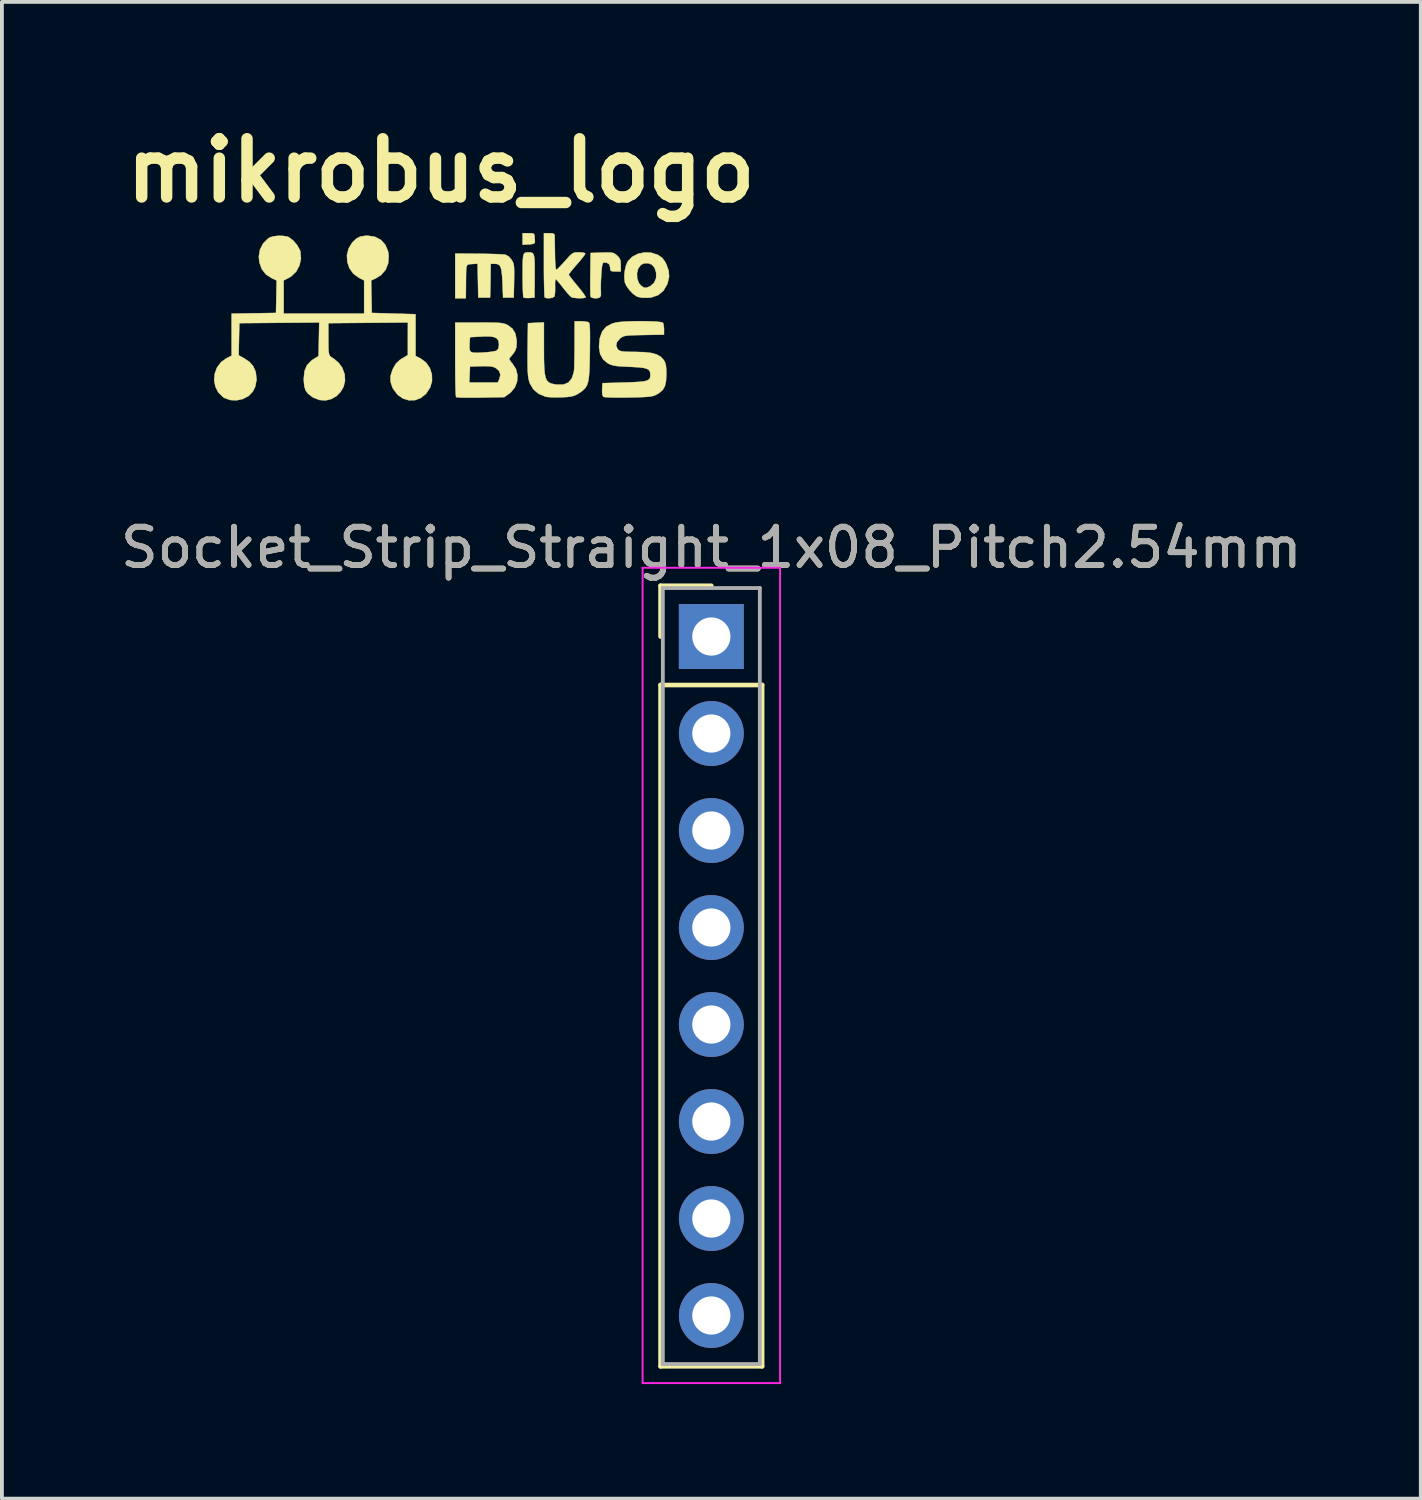
<source format=kicad_pcb>
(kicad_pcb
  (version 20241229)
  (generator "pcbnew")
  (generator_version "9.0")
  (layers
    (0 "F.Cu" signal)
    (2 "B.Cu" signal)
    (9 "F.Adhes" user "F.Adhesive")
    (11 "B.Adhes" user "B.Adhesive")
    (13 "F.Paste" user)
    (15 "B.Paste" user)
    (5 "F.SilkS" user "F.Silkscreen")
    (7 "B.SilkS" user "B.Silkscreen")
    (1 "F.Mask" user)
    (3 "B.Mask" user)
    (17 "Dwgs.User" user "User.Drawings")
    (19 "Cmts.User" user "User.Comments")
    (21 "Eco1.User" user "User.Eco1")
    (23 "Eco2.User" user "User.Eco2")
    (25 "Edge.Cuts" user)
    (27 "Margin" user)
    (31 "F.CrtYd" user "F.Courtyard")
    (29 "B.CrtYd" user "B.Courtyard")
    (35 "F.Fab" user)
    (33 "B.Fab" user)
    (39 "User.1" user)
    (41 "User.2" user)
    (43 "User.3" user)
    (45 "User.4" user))
  (footprint "Socket_Strip_Straight_1x08_Pitch2.54mm"
    (layer "F.Cu")
    (at 15.577 13.618)
    (property "Reference" "Socket_Strip_Straight_1x08_Pitch2.54mm" (at 0 -2.33 0) (layer "F.SilkS") (effects (font (size 1 1) (thickness 0.15))))
    (attr through_hole)
    (fp_line (start -1.33 -1.33) (end 0 -1.33) (stroke (width 0.12) (type solid)) (layer "F.SilkS"))
    (fp_line (start -1.33 0) (end -1.33 -1.33) (stroke (width 0.12) (type solid)) (layer "F.SilkS"))
    (fp_line (start -1.33 1.27) (end -1.33 19.11) (stroke (width 0.12) (type solid)) (layer "F.SilkS"))
    (fp_line (start -1.33 19.11) (end 1.33 19.11) (stroke (width 0.12) (type solid)) (layer "F.SilkS"))
    (fp_line (start 1.33 1.27) (end -1.33 1.27) (stroke (width 0.12) (type solid)) (layer "F.SilkS"))
    (fp_line (start 1.33 19.11) (end 1.33 1.27) (stroke (width 0.12) (type solid)) (layer "F.SilkS"))
    (fp_line (start -1.8 -1.8) (end -1.8 19.55) (stroke (width 0.05) (type solid)) (layer "F.CrtYd"))
    (fp_line (start -1.8 19.55) (end 1.8 19.55) (stroke (width 0.05) (type solid)) (layer "F.CrtYd"))
    (fp_line (start 1.8 -1.8) (end -1.8 -1.8) (stroke (width 0.05) (type solid)) (layer "F.CrtYd"))
    (fp_line (start 1.8 19.55) (end 1.8 -1.8) (stroke (width 0.05) (type solid)) (layer "F.CrtYd"))
    (fp_line (start -1.27 -1.27) (end -1.27 19.05) (stroke (width 0.1) (type solid)) (layer "F.Fab"))
    (fp_line (start -1.27 19.05) (end 1.27 19.05) (stroke (width 0.1) (type solid)) (layer "F.Fab"))
    (fp_line (start 1.27 -1.27) (end -1.27 -1.27) (stroke (width 0.1) (type solid)) (layer "F.Fab"))
    (fp_line (start 1.27 19.05) (end 1.27 -1.27) (stroke (width 0.1) (type solid)) (layer "F.Fab"))
    (fp_text user "${REFERENCE}" (at 0 -2.33 0) (layer "F.Fab") (effects (font (size 1 1) (thickness 0.15))))
    (pad "1" thru_hole rect (at 0 0) (size 1.7 1.7) (drill 1) (layers "*.Cu" "*.Mask"))
    (pad "2" thru_hole oval (at 0 2.54) (size 1.7 1.7) (drill 1) (layers "*.Cu" "*.Mask"))
    (pad "3" thru_hole oval (at 0 5.08) (size 1.7 1.7) (drill 1) (layers "*.Cu" "*.Mask"))
    (pad "4" thru_hole oval (at 0 7.62) (size 1.7 1.7) (drill 1) (layers "*.Cu" "*.Mask"))
    (pad "5" thru_hole oval (at 0 10.16) (size 1.7 1.7) (drill 1) (layers "*.Cu" "*.Mask"))
    (pad "6" thru_hole oval (at 0 12.7) (size 1.7 1.7) (drill 1) (layers "*.Cu" "*.Mask"))
    (pad "7" thru_hole oval (at 0 15.24) (size 1.7 1.7) (drill 1) (layers "*.Cu" "*.Mask"))
    (pad "8" thru_hole oval (at 0 17.78) (size 1.7 1.7) (drill 1) (layers "*.Cu" "*.Mask")))
  (footprint "mikrobus_logo"
    (layer "F.Cu")
    (at 8.498 5.228)
    (property "Reference" "mikrobus_logo" (at 0 -3.81 0) (layer "F.SilkS") (effects (font (size 1.524 1.524) (thickness 0.3))))
    (attr through_hole)
    (fp_poly (pts (xy 2.384 -2.17) (xy 2.431 -2.155) (xy 2.448 -2.121) (xy 2.451 -2.089) (xy 2.456 -1.999) (xy 2.459 -1.947) (xy 2.45 -1.911) (xy 2.408 -1.891) (xy 2.319 -1.879) (xy 2.3 -1.878) (xy 2.137 -1.868) (xy 2.137 -2.172) (xy 2.292 -2.172) (xy 2.384 -2.17)) (stroke (width 0.01) (type solid)) (fill yes) (layer "F.SilkS"))
    (fp_poly (pts (xy 2.302 -1.671) (xy 2.356 -1.667) (xy 2.396 -1.653) (xy 2.423 -1.618) (xy 2.44 -1.554) (xy 2.45 -1.451) (xy 2.453 -1.302) (xy 2.453 -1.096) (xy 2.453 -1.048) (xy 2.449 -0.485) (xy 2.315 -0.475) (xy 2.228 -0.474) (xy 2.169 -0.483) (xy 2.159 -0.489) (xy 2.152 -0.528) (xy 2.146 -0.624) (xy 2.141 -0.762) (xy 2.138 -0.933) (xy 2.137 -1.071) (xy 2.138 -1.285) (xy 2.141 -1.441) (xy 2.149 -1.548) (xy 2.164 -1.615) (xy 2.189 -1.652) (xy 2.227 -1.667) (xy 2.28 -1.671) (xy 2.302 -1.671)) (stroke (width 0.01) (type solid)) (fill yes) (layer "F.SilkS"))
    (fp_poly (pts (xy 4.45 -1.664) (xy 4.513 -1.652) (xy 4.561 -1.628) (xy 4.609 -1.588) (xy 4.612 -1.586) (xy 4.672 -1.521) (xy 4.7 -1.454) (xy 4.708 -1.354) (xy 4.708 -1.334) (xy 4.708 -1.17) (xy 4.569 -1.17) (xy 4.483 -1.173) (xy 4.443 -1.19) (xy 4.43 -1.232) (xy 4.43 -1.266) (xy 4.41 -1.352) (xy 4.347 -1.396) (xy 4.275 -1.404) (xy 4.248 -1.396) (xy 4.229 -1.364) (xy 4.215 -1.297) (xy 4.203 -1.181) (xy 4.197 -1.089) (xy 4.188 -0.932) (xy 4.184 -0.785) (xy 4.185 -0.67) (xy 4.187 -0.638) (xy 4.188 -0.542) (xy 4.16 -0.491) (xy 4.092 -0.47) (xy 4.023 -0.468) (xy 3.953 -0.481) (xy 3.917 -0.511) (xy 3.912 -0.558) (xy 3.909 -0.659) (xy 3.908 -0.802) (xy 3.908 -0.976) (xy 3.91 -1.104) (xy 3.918 -1.654) (xy 4.217 -1.664) (xy 4.357 -1.667) (xy 4.45 -1.664)) (stroke (width 0.01) (type solid)) (fill yes) (layer "F.SilkS"))
    (fp_poly (pts (xy 0.983 -1.634) (xy 1.178 -1.631) (xy 1.357 -1.627) (xy 1.508 -1.622) (xy 1.621 -1.616) (xy 1.685 -1.609) (xy 1.687 -1.609) (xy 1.779 -1.558) (xy 1.85 -1.472) (xy 1.88 -1.421) (xy 1.9 -1.369) (xy 1.911 -1.302) (xy 1.916 -1.207) (xy 1.916 -1.07) (xy 1.914 -0.921) (xy 1.905 -0.485) (xy 1.626 -0.485) (xy 1.61 -0.873) (xy 1.599 -1.067) (xy 1.583 -1.203) (xy 1.558 -1.292) (xy 1.52 -1.343) (xy 1.465 -1.366) (xy 1.406 -1.37) (xy 1.301 -1.37) (xy 1.299 -1.111) (xy 1.297 -0.954) (xy 1.294 -0.793) (xy 1.291 -0.668) (xy 1.285 -0.485) (xy 0.976 -0.485) (xy 0.967 -0.929) (xy 0.958 -1.374) (xy 0.812 -1.364) (xy 0.754 -1.361) (xy 0.713 -1.354) (xy 0.685 -1.334) (xy 0.668 -1.292) (xy 0.659 -1.216) (xy 0.656 -1.098) (xy 0.654 -0.928) (xy 0.654 -0.827) (xy 0.65 -0.468) (xy 0.372 -0.468) (xy 0.372 -1.638) (xy 0.983 -1.634)) (stroke (width 0.01) (type solid)) (fill yes) (layer "F.SilkS"))
    (fp_poly (pts (xy 5.505 -1.661) (xy 5.674 -1.606) (xy 5.688 -1.598) (xy 5.789 -1.528) (xy 5.864 -1.43) (xy 5.901 -1.358) (xy 5.961 -1.188) (xy 5.973 -1.035) (xy 5.936 -0.872) (xy 5.918 -0.823) (xy 5.823 -0.663) (xy 5.687 -0.551) (xy 5.511 -0.49) (xy 5.409 -0.479) (xy 5.268 -0.482) (xy 5.153 -0.505) (xy 5.124 -0.517) (xy 5.028 -0.585) (xy 4.932 -0.685) (xy 4.854 -0.795) (xy 4.813 -0.888) (xy 4.8 -1.029) (xy 4.807 -1.121) (xy 5.131 -1.121) (xy 5.137 -0.986) (xy 5.183 -0.864) (xy 5.242 -0.795) (xy 5.316 -0.747) (xy 5.385 -0.743) (xy 5.476 -0.782) (xy 5.483 -0.786) (xy 5.582 -0.875) (xy 5.633 -0.997) (xy 5.634 -1.139) (xy 5.593 -1.267) (xy 5.522 -1.348) (xy 5.422 -1.387) (xy 5.313 -1.382) (xy 5.237 -1.343) (xy 5.164 -1.247) (xy 5.131 -1.121) (xy 4.807 -1.121) (xy 4.813 -1.189) (xy 4.848 -1.338) (xy 4.893 -1.436) (xy 5.006 -1.552) (xy 5.156 -1.631) (xy 5.328 -1.668) (xy 5.505 -1.661)) (stroke (width 0.01) (type solid)) (fill yes) (layer "F.SilkS"))
    (fp_poly (pts (xy 3.663 0.134) (xy 3.764 0.14) (xy 3.842 0.153) (xy 3.867 0.163) (xy 3.881 0.185) (xy 3.891 0.233) (xy 3.898 0.316) (xy 3.901 0.441) (xy 3.901 0.614) (xy 3.899 0.845) (xy 3.898 0.94) (xy 3.893 1.211) (xy 3.886 1.425) (xy 3.873 1.59) (xy 3.853 1.715) (xy 3.823 1.81) (xy 3.779 1.882) (xy 3.72 1.942) (xy 3.643 1.999) (xy 3.572 2.043) (xy 3.5 2.08) (xy 3.416 2.103) (xy 3.303 2.118) (xy 3.145 2.126) (xy 3.144 2.126) (xy 3.001 2.128) (xy 2.871 2.124) (xy 2.774 2.116) (xy 2.741 2.11) (xy 2.556 2.033) (xy 2.419 1.918) (xy 2.327 1.761) (xy 2.308 1.706) (xy 2.291 1.636) (xy 2.279 1.548) (xy 2.271 1.433) (xy 2.267 1.28) (xy 2.266 1.079) (xy 2.268 0.867) (xy 2.277 0.184) (xy 2.486 0.174) (xy 2.695 0.164) (xy 2.695 0.844) (xy 2.696 1.114) (xy 2.702 1.325) (xy 2.714 1.485) (xy 2.736 1.602) (xy 2.771 1.682) (xy 2.822 1.735) (xy 2.89 1.767) (xy 2.98 1.786) (xy 3.037 1.794) (xy 3.205 1.793) (xy 3.334 1.739) (xy 3.424 1.633) (xy 3.476 1.475) (xy 3.485 1.41) (xy 3.489 1.336) (xy 3.492 1.209) (xy 3.496 1.043) (xy 3.498 0.853) (xy 3.498 0.71) (xy 3.5 0.134) (xy 3.663 0.134)) (stroke (width 0.01) (type solid)) (fill yes) (layer "F.SilkS"))
    (fp_poly (pts (xy 2.923 -2.167) (xy 2.966 -2.147) (xy 2.976 -2.114) (xy 2.977 -2.059) (xy 2.979 -1.953) (xy 2.981 -1.809) (xy 2.984 -1.644) (xy 2.984 -1.629) (xy 2.988 -1.447) (xy 2.997 -1.313) (xy 3.008 -1.232) (xy 3.02 -1.211) (xy 3.053 -1.238) (xy 3.118 -1.302) (xy 3.202 -1.393) (xy 3.249 -1.445) (xy 3.343 -1.551) (xy 3.409 -1.617) (xy 3.463 -1.653) (xy 3.519 -1.668) (xy 3.592 -1.671) (xy 3.613 -1.671) (xy 3.705 -1.665) (xy 3.765 -1.651) (xy 3.779 -1.638) (xy 3.759 -1.601) (xy 3.705 -1.528) (xy 3.625 -1.431) (xy 3.562 -1.358) (xy 3.471 -1.253) (xy 3.399 -1.165) (xy 3.355 -1.105) (xy 3.345 -1.087) (xy 3.365 -1.054) (xy 3.418 -0.983) (xy 3.497 -0.884) (xy 3.577 -0.787) (xy 3.668 -0.675) (xy 3.739 -0.581) (xy 3.781 -0.515) (xy 3.789 -0.49) (xy 3.744 -0.475) (xy 3.661 -0.469) (xy 3.562 -0.471) (xy 3.472 -0.481) (xy 3.413 -0.498) (xy 3.37 -0.537) (xy 3.301 -0.614) (xy 3.219 -0.714) (xy 3.192 -0.749) (xy 3.114 -0.849) (xy 3.049 -0.925) (xy 3.008 -0.966) (xy 3.001 -0.969) (xy 2.991 -0.939) (xy 2.986 -0.86) (xy 2.988 -0.76) (xy 2.988 -0.644) (xy 2.979 -0.552) (xy 2.966 -0.51) (xy 2.916 -0.482) (xy 2.837 -0.469) (xy 2.759 -0.472) (xy 2.716 -0.49) (xy 2.71 -0.528) (xy 2.705 -0.624) (xy 2.701 -0.768) (xy 2.697 -0.951) (xy 2.695 -1.164) (xy 2.695 -1.342) (xy 2.695 -2.172) (xy 2.834 -2.172) (xy 2.923 -2.167)) (stroke (width 0.01) (type solid)) (fill yes) (layer "F.SilkS"))
    (fp_poly (pts (xy 1.21 0.168) (xy 1.373 0.17) (xy 1.493 0.174) (xy 1.581 0.182) (xy 1.646 0.195) (xy 1.698 0.212) (xy 1.748 0.236) (xy 1.753 0.239) (xy 1.874 0.332) (xy 1.948 0.459) (xy 1.98 0.63) (xy 1.982 0.696) (xy 1.973 0.82) (xy 1.939 0.914) (xy 1.898 0.975) (xy 1.84 1.048) (xy 1.796 1.098) (xy 1.788 1.106) (xy 1.792 1.139) (xy 1.833 1.199) (xy 1.868 1.241) (xy 1.962 1.384) (xy 2.003 1.547) (xy 1.993 1.713) (xy 1.933 1.868) (xy 1.825 1.998) (xy 1.795 2.021) (xy 1.657 2.121) (xy 1.038 2.133) (xy 0.848 2.136) (xy 0.679 2.136) (xy 0.541 2.133) (xy 0.444 2.128) (xy 0.397 2.121) (xy 0.395 2.12) (xy 0.389 2.081) (xy 0.384 1.984) (xy 0.379 1.838) (xy 0.377 1.738) (xy 0.74 1.738) (xy 1.485 1.738) (xy 1.529 1.646) (xy 1.555 1.533) (xy 1.521 1.435) (xy 1.429 1.356) (xy 1.426 1.354) (xy 1.355 1.326) (xy 1.257 1.312) (xy 1.118 1.309) (xy 1.045 1.311) (xy 0.759 1.32) (xy 0.75 1.529) (xy 0.74 1.738) (xy 0.377 1.738) (xy 0.375 1.65) (xy 0.373 1.43) (xy 0.372 1.187) (xy 0.372 1.131) (xy 0.372 0.809) (xy 0.744 0.809) (xy 0.752 0.89) (xy 0.784 0.937) (xy 0.851 0.958) (xy 0.962 0.96) (xy 1.084 0.955) (xy 1.223 0.944) (xy 1.343 0.93) (xy 1.428 0.913) (xy 1.455 0.903) (xy 1.502 0.851) (xy 1.517 0.758) (xy 1.518 0.742) (xy 1.506 0.651) (xy 1.467 0.587) (xy 1.392 0.549) (xy 1.274 0.531) (xy 1.104 0.532) (xy 1.054 0.535) (xy 0.76 0.551) (xy 0.75 0.685) (xy 0.744 0.809) (xy 0.372 0.809) (xy 0.372 0.167) (xy 0.996 0.167) (xy 1.21 0.168)) (stroke (width 0.01) (type solid)) (fill yes) (layer "F.SilkS"))
    (fp_poly (pts (xy 5.328 0.133) (xy 5.492 0.137) (xy 5.634 0.144) (xy 5.742 0.155) (xy 5.804 0.169) (xy 5.813 0.175) (xy 5.831 0.234) (xy 5.84 0.327) (xy 5.84 0.351) (xy 5.839 0.485) (xy 5.314 0.494) (xy 5.122 0.498) (xy 4.981 0.502) (xy 4.881 0.509) (xy 4.811 0.52) (xy 4.762 0.537) (xy 4.722 0.56) (xy 4.687 0.587) (xy 4.608 0.679) (xy 4.586 0.773) (xy 4.624 0.861) (xy 4.641 0.88) (xy 4.677 0.905) (xy 4.733 0.921) (xy 4.821 0.931) (xy 4.952 0.935) (xy 5.077 0.936) (xy 5.317 0.943) (xy 5.504 0.964) (xy 5.646 1.003) (xy 5.751 1.062) (xy 5.827 1.142) (xy 5.832 1.149) (xy 5.868 1.215) (xy 5.889 1.291) (xy 5.899 1.397) (xy 5.901 1.521) (xy 5.892 1.703) (xy 5.862 1.836) (xy 5.804 1.935) (xy 5.709 2.015) (xy 5.656 2.047) (xy 5.607 2.072) (xy 5.554 2.091) (xy 5.487 2.104) (xy 5.395 2.114) (xy 5.27 2.121) (xy 5.102 2.126) (xy 4.91 2.13) (xy 4.718 2.133) (xy 4.547 2.132) (xy 4.405 2.128) (xy 4.304 2.122) (xy 4.252 2.114) (xy 4.25 2.112) (xy 4.223 2.054) (xy 4.218 1.936) (xy 4.219 1.918) (xy 4.228 1.755) (xy 4.804 1.738) (xy 5.027 1.73) (xy 5.194 1.721) (xy 5.316 1.707) (xy 5.397 1.687) (xy 5.447 1.658) (xy 5.473 1.619) (xy 5.482 1.566) (xy 5.483 1.538) (xy 5.476 1.469) (xy 5.451 1.418) (xy 5.4 1.382) (xy 5.313 1.357) (xy 5.183 1.341) (xy 5.002 1.33) (xy 4.941 1.328) (xy 4.757 1.319) (xy 4.622 1.309) (xy 4.524 1.294) (xy 4.448 1.273) (xy 4.382 1.243) (xy 4.373 1.239) (xy 4.246 1.135) (xy 4.167 0.992) (xy 4.137 0.809) (xy 4.156 0.591) (xy 4.161 0.569) (xy 4.221 0.402) (xy 4.326 0.278) (xy 4.478 0.196) (xy 4.581 0.168) (xy 4.682 0.153) (xy 4.819 0.143) (xy 4.98 0.136) (xy 5.153 0.133) (xy 5.328 0.133)) (stroke (width 0.01) (type solid)) (fill yes) (layer "F.SilkS"))
    (fp_poly (pts (xy -1.73 -2.077) (xy -1.575 -1.997) (xy -1.459 -1.87) (xy -1.388 -1.702) (xy -1.369 -1.588) (xy -1.382 -1.387) (xy -1.449 -1.215) (xy -1.569 -1.076) (xy -1.713 -0.986) (xy -1.829 -0.934) (xy -1.812 -0.084) (xy -1.239 -0.067) (xy -0.666 -0.05) (xy -0.666 1.043) (xy -0.532 1.111) (xy -0.391 1.216) (xy -0.292 1.36) (xy -0.238 1.527) (xy -0.235 1.704) (xy -0.285 1.871) (xy -0.392 2.033) (xy -0.527 2.143) (xy -0.68 2.2) (xy -0.839 2.205) (xy -0.994 2.159) (xy -1.135 2.06) (xy -1.25 1.909) (xy -1.273 1.865) (xy -1.322 1.718) (xy -1.323 1.574) (xy -1.274 1.413) (xy -1.254 1.369) (xy -1.179 1.242) (xy -1.083 1.151) (xy -1.022 1.111) (xy -0.868 1.019) (xy -0.868 0.593) (xy -0.867 0.166) (xy -1.909 0.175) (xy -2.95 0.184) (xy -2.949 0.518) (xy -2.949 0.712) (xy -2.947 0.85) (xy -2.941 0.944) (xy -2.928 1.005) (xy -2.905 1.045) (xy -2.87 1.076) (xy -2.819 1.108) (xy -2.804 1.117) (xy -2.681 1.222) (xy -2.587 1.349) (xy -2.523 1.522) (xy -2.513 1.69) (xy -2.55 1.846) (xy -2.627 1.982) (xy -2.736 2.093) (xy -2.87 2.17) (xy -3.021 2.207) (xy -3.182 2.196) (xy -3.346 2.132) (xy -3.386 2.106) (xy -3.486 2.026) (xy -3.548 1.94) (xy -3.581 1.83) (xy -3.593 1.676) (xy -3.593 1.626) (xy -3.573 1.435) (xy -3.51 1.286) (xy -3.396 1.167) (xy -3.329 1.121) (xy -3.206 1.047) (xy -3.189 0.166) (xy -5.281 0.184) (xy -5.29 0.604) (xy -5.299 1.025) (xy -5.16 1.102) (xy -5.015 1.199) (xy -4.919 1.309) (xy -4.857 1.449) (xy -4.85 1.474) (xy -4.829 1.664) (xy -4.866 1.851) (xy -4.929 1.978) (xy -5.04 2.092) (xy -5.187 2.169) (xy -5.353 2.205) (xy -5.521 2.197) (xy -5.673 2.142) (xy -5.706 2.12) (xy -5.832 1.996) (xy -5.909 1.844) (xy -5.94 1.676) (xy -5.924 1.505) (xy -5.864 1.344) (xy -5.761 1.206) (xy -5.623 1.107) (xy -5.483 1.036) (xy -5.483 -0.065) (xy -4.902 -0.074) (xy -4.321 -0.084) (xy -4.312 -0.509) (xy -4.304 -0.934) (xy -4.42 -0.987) (xy -4.584 -1.091) (xy -4.696 -1.235) (xy -4.758 -1.416) (xy -4.77 -1.559) (xy -4.741 -1.74) (xy -4.658 -1.902) (xy -4.532 -2.029) (xy -4.485 -2.059) (xy -4.395 -2.088) (xy -4.272 -2.103) (xy -4.142 -2.102) (xy -4.031 -2.085) (xy -3.986 -2.068) (xy -3.869 -1.979) (xy -3.766 -1.859) (xy -3.696 -1.731) (xy -3.683 -1.692) (xy -3.667 -1.506) (xy -3.706 -1.326) (xy -3.793 -1.166) (xy -3.922 -1.041) (xy -3.983 -1.005) (xy -4.12 -0.935) (xy -4.12 -0.067) (xy -2.013 -0.067) (xy -2.013 -0.935) (xy -2.15 -1.005) (xy -2.296 -1.112) (xy -2.398 -1.254) (xy -2.454 -1.42) (xy -2.463 -1.596) (xy -2.421 -1.768) (xy -2.326 -1.924) (xy -2.313 -1.939) (xy -2.214 -2.032) (xy -2.112 -2.084) (xy -1.984 -2.104) (xy -1.917 -2.106) (xy -1.73 -2.077)) (stroke (width 0.01) (type solid)) (fill yes) (layer "F.SilkS")))
  (gr_rect
    (start -3 -3)
    (end 34.155 36.193)
    (stroke (width 0.1) (type default))
    (fill no)
    (layer "Edge.Cuts")))
</source>
